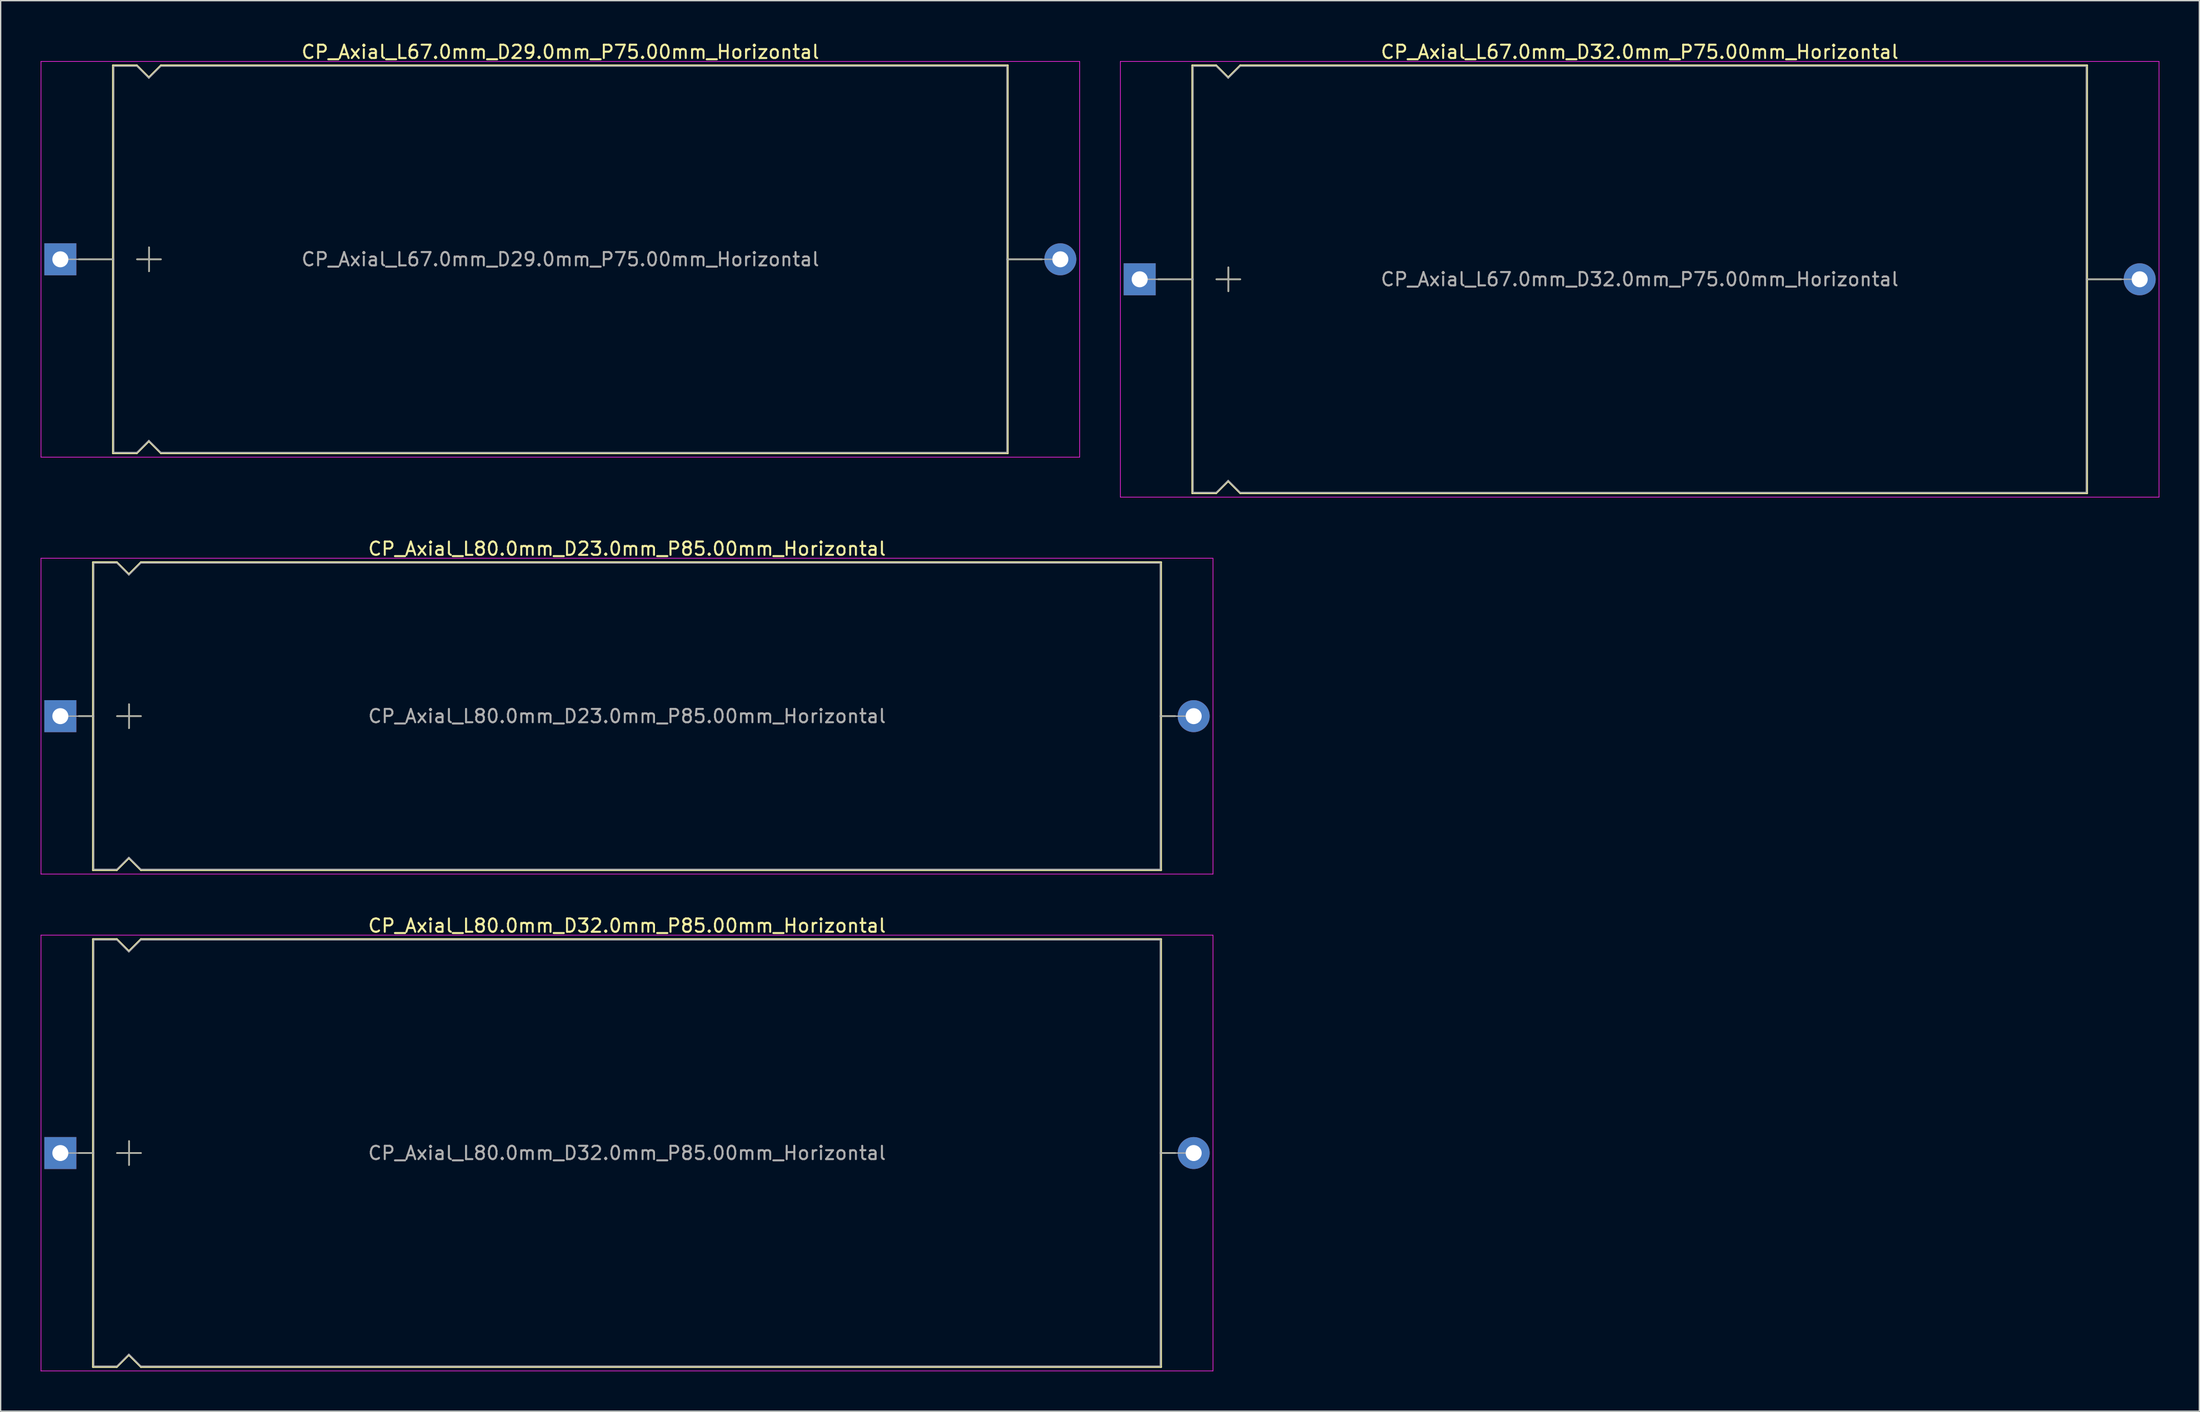
<source format=kicad_pcb>
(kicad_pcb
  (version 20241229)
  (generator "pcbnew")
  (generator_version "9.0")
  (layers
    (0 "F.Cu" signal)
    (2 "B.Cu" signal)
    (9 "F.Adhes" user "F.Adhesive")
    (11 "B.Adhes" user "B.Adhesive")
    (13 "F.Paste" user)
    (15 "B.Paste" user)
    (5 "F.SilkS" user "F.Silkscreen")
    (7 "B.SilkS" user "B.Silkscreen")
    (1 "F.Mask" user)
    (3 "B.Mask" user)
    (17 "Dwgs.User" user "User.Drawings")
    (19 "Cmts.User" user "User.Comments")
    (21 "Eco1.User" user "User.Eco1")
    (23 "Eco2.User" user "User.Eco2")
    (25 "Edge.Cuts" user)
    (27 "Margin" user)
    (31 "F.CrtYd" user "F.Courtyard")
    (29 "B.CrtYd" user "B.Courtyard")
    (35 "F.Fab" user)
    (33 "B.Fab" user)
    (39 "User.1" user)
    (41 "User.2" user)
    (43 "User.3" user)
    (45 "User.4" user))
  (footprint "CP_Axial_L67.0mm_D32.0mm_P75.00mm_Horizontal"
    (layer "F.Cu")
    (at 82.425 17.908)
    (property "Reference" "CP_Axial_L67.0mm_D32.0mm_P75.00mm_Horizontal" (at 37.5 -17.06 0) (layer "F.SilkS") (effects (font (size 1 1) (thickness 0.15))))
    (attr through_hole)
    (fp_line (start 1.38 0) (end 3.94 0) (stroke (width 0.12) (type solid)) (layer "F.SilkS"))
    (fp_line (start 3.94 -16.06) (end 3.94 16.06) (stroke (width 0.12) (type solid)) (layer "F.SilkS"))
    (fp_line (start 3.94 -16.06) (end 5.74 -16.06) (stroke (width 0.12) (type solid)) (layer "F.SilkS"))
    (fp_line (start 3.94 16.06) (end 5.74 16.06) (stroke (width 0.12) (type solid)) (layer "F.SilkS"))
    (fp_line (start 5.74 -16.06) (end 6.64 -15.16) (stroke (width 0.12) (type solid)) (layer "F.SilkS"))
    (fp_line (start 5.74 16.06) (end 6.64 15.16) (stroke (width 0.12) (type solid)) (layer "F.SilkS"))
    (fp_line (start 5.75 0) (end 7.55 0) (stroke (width 0.12) (type solid)) (layer "F.SilkS"))
    (fp_line (start 6.64 -15.16) (end 7.54 -16.06) (stroke (width 0.12) (type solid)) (layer "F.SilkS"))
    (fp_line (start 6.64 15.16) (end 7.54 16.06) (stroke (width 0.12) (type solid)) (layer "F.SilkS"))
    (fp_line (start 6.65 -0.9) (end 6.65 0.9) (stroke (width 0.12) (type solid)) (layer "F.SilkS"))
    (fp_line (start 7.54 -16.06) (end 71.06 -16.06) (stroke (width 0.12) (type solid)) (layer "F.SilkS"))
    (fp_line (start 7.54 16.06) (end 71.06 16.06) (stroke (width 0.12) (type solid)) (layer "F.SilkS"))
    (fp_line (start 71.06 -16.06) (end 71.06 16.06) (stroke (width 0.12) (type solid)) (layer "F.SilkS"))
    (fp_line (start 73.62 0) (end 71.06 0) (stroke (width 0.12) (type solid)) (layer "F.SilkS"))
    (fp_line (start -1.45 -16.35) (end -1.45 16.35) (stroke (width 0.05) (type solid)) (layer "F.CrtYd"))
    (fp_line (start -1.45 16.35) (end 76.45 16.35) (stroke (width 0.05) (type solid)) (layer "F.CrtYd"))
    (fp_line (start 76.45 -16.35) (end -1.45 -16.35) (stroke (width 0.05) (type solid)) (layer "F.CrtYd"))
    (fp_line (start 76.45 16.35) (end 76.45 -16.35) (stroke (width 0.05) (type solid)) (layer "F.CrtYd"))
    (fp_line (start 0 0) (end 4 0) (stroke (width 0.1) (type solid)) (layer "F.Fab"))
    (fp_line (start 4 -16) (end 4 16) (stroke (width 0.1) (type solid)) (layer "F.Fab"))
    (fp_line (start 4 -16) (end 5.74 -16) (stroke (width 0.1) (type solid)) (layer "F.Fab"))
    (fp_line (start 4 16) (end 5.74 16) (stroke (width 0.1) (type solid)) (layer "F.Fab"))
    (fp_line (start 5.74 -16) (end 6.64 -15.1) (stroke (width 0.1) (type solid)) (layer "F.Fab"))
    (fp_line (start 5.74 16) (end 6.64 15.1) (stroke (width 0.1) (type solid)) (layer "F.Fab"))
    (fp_line (start 5.75 0) (end 7.55 0) (stroke (width 0.1) (type solid)) (layer "F.Fab"))
    (fp_line (start 6.64 -15.1) (end 7.54 -16) (stroke (width 0.1) (type solid)) (layer "F.Fab"))
    (fp_line (start 6.64 15.1) (end 7.54 16) (stroke (width 0.1) (type solid)) (layer "F.Fab"))
    (fp_line (start 6.65 -0.9) (end 6.65 0.9) (stroke (width 0.1) (type solid)) (layer "F.Fab"))
    (fp_line (start 7.54 -16) (end 71 -16) (stroke (width 0.1) (type solid)) (layer "F.Fab"))
    (fp_line (start 7.54 16) (end 71 16) (stroke (width 0.1) (type solid)) (layer "F.Fab"))
    (fp_line (start 71 -16) (end 71 16) (stroke (width 0.1) (type solid)) (layer "F.Fab"))
    (fp_line (start 75 0) (end 71 0) (stroke (width 0.1) (type solid)) (layer "F.Fab"))
    (fp_text user "${REFERENCE}" (at 37.5 0 0) (layer "F.Fab") (effects (font (size 1 1) (thickness 0.15))))
    (pad "1" thru_hole rect (at 0 0) (size 2.4 2.4) (drill 1.2) (layers "*.Cu" "*.Mask"))
    (pad "2" thru_hole oval (at 75 0) (size 2.4 2.4) (drill 1.2) (layers "*.Cu" "*.Mask")))
  (footprint "CP_Axial_L80.0mm_D32.0mm_P85.00mm_Horizontal"
    (layer "F.Cu")
    (at 1.475 83.475)
    (property "Reference" "CP_Axial_L80.0mm_D32.0mm_P85.00mm_Horizontal" (at 42.5 -17.06 0) (layer "F.SilkS") (effects (font (size 1 1) (thickness 0.15))))
    (attr through_hole)
    (fp_line (start 1.38 0) (end 2.44 0) (stroke (width 0.12) (type solid)) (layer "F.SilkS"))
    (fp_line (start 2.44 -16.06) (end 2.44 16.06) (stroke (width 0.12) (type solid)) (layer "F.SilkS"))
    (fp_line (start 2.44 -16.06) (end 4.24 -16.06) (stroke (width 0.12) (type solid)) (layer "F.SilkS"))
    (fp_line (start 2.44 16.06) (end 4.24 16.06) (stroke (width 0.12) (type solid)) (layer "F.SilkS"))
    (fp_line (start 4.24 -16.06) (end 5.14 -15.16) (stroke (width 0.12) (type solid)) (layer "F.SilkS"))
    (fp_line (start 4.24 16.06) (end 5.14 15.16) (stroke (width 0.12) (type solid)) (layer "F.SilkS"))
    (fp_line (start 4.25 0) (end 6.05 0) (stroke (width 0.12) (type solid)) (layer "F.SilkS"))
    (fp_line (start 5.14 -15.16) (end 6.04 -16.06) (stroke (width 0.12) (type solid)) (layer "F.SilkS"))
    (fp_line (start 5.14 15.16) (end 6.04 16.06) (stroke (width 0.12) (type solid)) (layer "F.SilkS"))
    (fp_line (start 5.15 -0.9) (end 5.15 0.9) (stroke (width 0.12) (type solid)) (layer "F.SilkS"))
    (fp_line (start 6.04 -16.06) (end 82.56 -16.06) (stroke (width 0.12) (type solid)) (layer "F.SilkS"))
    (fp_line (start 6.04 16.06) (end 82.56 16.06) (stroke (width 0.12) (type solid)) (layer "F.SilkS"))
    (fp_line (start 82.56 -16.06) (end 82.56 16.06) (stroke (width 0.12) (type solid)) (layer "F.SilkS"))
    (fp_line (start 83.62 0) (end 82.56 0) (stroke (width 0.12) (type solid)) (layer "F.SilkS"))
    (fp_line (start -1.45 -16.35) (end -1.45 16.35) (stroke (width 0.05) (type solid)) (layer "F.CrtYd"))
    (fp_line (start -1.45 16.35) (end 86.45 16.35) (stroke (width 0.05) (type solid)) (layer "F.CrtYd"))
    (fp_line (start 86.45 -16.35) (end -1.45 -16.35) (stroke (width 0.05) (type solid)) (layer "F.CrtYd"))
    (fp_line (start 86.45 16.35) (end 86.45 -16.35) (stroke (width 0.05) (type solid)) (layer "F.CrtYd"))
    (fp_line (start 0 0) (end 2.5 0) (stroke (width 0.1) (type solid)) (layer "F.Fab"))
    (fp_line (start 2.5 -16) (end 2.5 16) (stroke (width 0.1) (type solid)) (layer "F.Fab"))
    (fp_line (start 2.5 -16) (end 4.24 -16) (stroke (width 0.1) (type solid)) (layer "F.Fab"))
    (fp_line (start 2.5 16) (end 4.24 16) (stroke (width 0.1) (type solid)) (layer "F.Fab"))
    (fp_line (start 4.24 -16) (end 5.14 -15.1) (stroke (width 0.1) (type solid)) (layer "F.Fab"))
    (fp_line (start 4.24 16) (end 5.14 15.1) (stroke (width 0.1) (type solid)) (layer "F.Fab"))
    (fp_line (start 4.25 0) (end 6.05 0) (stroke (width 0.1) (type solid)) (layer "F.Fab"))
    (fp_line (start 5.14 -15.1) (end 6.04 -16) (stroke (width 0.1) (type solid)) (layer "F.Fab"))
    (fp_line (start 5.14 15.1) (end 6.04 16) (stroke (width 0.1) (type solid)) (layer "F.Fab"))
    (fp_line (start 5.15 -0.9) (end 5.15 0.9) (stroke (width 0.1) (type solid)) (layer "F.Fab"))
    (fp_line (start 6.04 -16) (end 82.5 -16) (stroke (width 0.1) (type solid)) (layer "F.Fab"))
    (fp_line (start 6.04 16) (end 82.5 16) (stroke (width 0.1) (type solid)) (layer "F.Fab"))
    (fp_line (start 82.5 -16) (end 82.5 16) (stroke (width 0.1) (type solid)) (layer "F.Fab"))
    (fp_line (start 85 0) (end 82.5 0) (stroke (width 0.1) (type solid)) (layer "F.Fab"))
    (fp_text user "${REFERENCE}" (at 42.5 0 0) (layer "F.Fab") (effects (font (size 1 1) (thickness 0.15))))
    (pad "1" thru_hole rect (at 0 0) (size 2.4 2.4) (drill 1.2) (layers "*.Cu" "*.Mask"))
    (pad "2" thru_hole oval (at 85 0) (size 2.4 2.4) (drill 1.2) (layers "*.Cu" "*.Mask")))
  (footprint "CP_Axial_L80.0mm_D23.0mm_P85.00mm_Horizontal"
    (layer "F.Cu")
    (at 1.475 50.691)
    (property "Reference" "CP_Axial_L80.0mm_D23.0mm_P85.00mm_Horizontal" (at 42.5 -12.56 0) (layer "F.SilkS") (effects (font (size 1 1) (thickness 0.15))))
    (attr through_hole)
    (fp_line (start 1.38 0) (end 2.44 0) (stroke (width 0.12) (type solid)) (layer "F.SilkS"))
    (fp_line (start 2.44 -11.56) (end 2.44 11.56) (stroke (width 0.12) (type solid)) (layer "F.SilkS"))
    (fp_line (start 2.44 -11.56) (end 4.24 -11.56) (stroke (width 0.12) (type solid)) (layer "F.SilkS"))
    (fp_line (start 2.44 11.56) (end 4.24 11.56) (stroke (width 0.12) (type solid)) (layer "F.SilkS"))
    (fp_line (start 4.24 -11.56) (end 5.14 -10.66) (stroke (width 0.12) (type solid)) (layer "F.SilkS"))
    (fp_line (start 4.24 11.56) (end 5.14 10.66) (stroke (width 0.12) (type solid)) (layer "F.SilkS"))
    (fp_line (start 4.25 0) (end 6.05 0) (stroke (width 0.12) (type solid)) (layer "F.SilkS"))
    (fp_line (start 5.14 -10.66) (end 6.04 -11.56) (stroke (width 0.12) (type solid)) (layer "F.SilkS"))
    (fp_line (start 5.14 10.66) (end 6.04 11.56) (stroke (width 0.12) (type solid)) (layer "F.SilkS"))
    (fp_line (start 5.15 -0.9) (end 5.15 0.9) (stroke (width 0.12) (type solid)) (layer "F.SilkS"))
    (fp_line (start 6.04 -11.56) (end 82.56 -11.56) (stroke (width 0.12) (type solid)) (layer "F.SilkS"))
    (fp_line (start 6.04 11.56) (end 82.56 11.56) (stroke (width 0.12) (type solid)) (layer "F.SilkS"))
    (fp_line (start 82.56 -11.56) (end 82.56 11.56) (stroke (width 0.12) (type solid)) (layer "F.SilkS"))
    (fp_line (start 83.62 0) (end 82.56 0) (stroke (width 0.12) (type solid)) (layer "F.SilkS"))
    (fp_line (start -1.45 -11.85) (end -1.45 11.85) (stroke (width 0.05) (type solid)) (layer "F.CrtYd"))
    (fp_line (start -1.45 11.85) (end 86.45 11.85) (stroke (width 0.05) (type solid)) (layer "F.CrtYd"))
    (fp_line (start 86.45 -11.85) (end -1.45 -11.85) (stroke (width 0.05) (type solid)) (layer "F.CrtYd"))
    (fp_line (start 86.45 11.85) (end 86.45 -11.85) (stroke (width 0.05) (type solid)) (layer "F.CrtYd"))
    (fp_line (start 0 0) (end 2.5 0) (stroke (width 0.1) (type solid)) (layer "F.Fab"))
    (fp_line (start 2.5 -11.5) (end 2.5 11.5) (stroke (width 0.1) (type solid)) (layer "F.Fab"))
    (fp_line (start 2.5 -11.5) (end 4.24 -11.5) (stroke (width 0.1) (type solid)) (layer "F.Fab"))
    (fp_line (start 2.5 11.5) (end 4.24 11.5) (stroke (width 0.1) (type solid)) (layer "F.Fab"))
    (fp_line (start 4.24 -11.5) (end 5.14 -10.6) (stroke (width 0.1) (type solid)) (layer "F.Fab"))
    (fp_line (start 4.24 11.5) (end 5.14 10.6) (stroke (width 0.1) (type solid)) (layer "F.Fab"))
    (fp_line (start 4.25 0) (end 6.05 0) (stroke (width 0.1) (type solid)) (layer "F.Fab"))
    (fp_line (start 5.14 -10.6) (end 6.04 -11.5) (stroke (width 0.1) (type solid)) (layer "F.Fab"))
    (fp_line (start 5.14 10.6) (end 6.04 11.5) (stroke (width 0.1) (type solid)) (layer "F.Fab"))
    (fp_line (start 5.15 -0.9) (end 5.15 0.9) (stroke (width 0.1) (type solid)) (layer "F.Fab"))
    (fp_line (start 6.04 -11.5) (end 82.5 -11.5) (stroke (width 0.1) (type solid)) (layer "F.Fab"))
    (fp_line (start 6.04 11.5) (end 82.5 11.5) (stroke (width 0.1) (type solid)) (layer "F.Fab"))
    (fp_line (start 82.5 -11.5) (end 82.5 11.5) (stroke (width 0.1) (type solid)) (layer "F.Fab"))
    (fp_line (start 85 0) (end 82.5 0) (stroke (width 0.1) (type solid)) (layer "F.Fab"))
    (fp_text user "${REFERENCE}" (at 42.5 0 0) (layer "F.Fab") (effects (font (size 1 1) (thickness 0.15))))
    (pad "1" thru_hole rect (at 0 0) (size 2.4 2.4) (drill 1.2) (layers "*.Cu" "*.Mask"))
    (pad "2" thru_hole oval (at 85 0) (size 2.4 2.4) (drill 1.2) (layers "*.Cu" "*.Mask")))
  (footprint "CP_Axial_L67.0mm_D29.0mm_P75.00mm_Horizontal"
    (layer "F.Cu")
    (at 1.475 16.408)
    (property "Reference" "CP_Axial_L67.0mm_D29.0mm_P75.00mm_Horizontal" (at 37.5 -15.56 0) (layer "F.SilkS") (effects (font (size 1 1) (thickness 0.15))))
    (attr through_hole)
    (fp_line (start 1.38 0) (end 3.94 0) (stroke (width 0.12) (type solid)) (layer "F.SilkS"))
    (fp_line (start 3.94 -14.56) (end 3.94 14.56) (stroke (width 0.12) (type solid)) (layer "F.SilkS"))
    (fp_line (start 3.94 -14.56) (end 5.74 -14.56) (stroke (width 0.12) (type solid)) (layer "F.SilkS"))
    (fp_line (start 3.94 14.56) (end 5.74 14.56) (stroke (width 0.12) (type solid)) (layer "F.SilkS"))
    (fp_line (start 5.74 -14.56) (end 6.64 -13.66) (stroke (width 0.12) (type solid)) (layer "F.SilkS"))
    (fp_line (start 5.74 14.56) (end 6.64 13.66) (stroke (width 0.12) (type solid)) (layer "F.SilkS"))
    (fp_line (start 5.75 0) (end 7.55 0) (stroke (width 0.12) (type solid)) (layer "F.SilkS"))
    (fp_line (start 6.64 -13.66) (end 7.54 -14.56) (stroke (width 0.12) (type solid)) (layer "F.SilkS"))
    (fp_line (start 6.64 13.66) (end 7.54 14.56) (stroke (width 0.12) (type solid)) (layer "F.SilkS"))
    (fp_line (start 6.65 -0.9) (end 6.65 0.9) (stroke (width 0.12) (type solid)) (layer "F.SilkS"))
    (fp_line (start 7.54 -14.56) (end 71.06 -14.56) (stroke (width 0.12) (type solid)) (layer "F.SilkS"))
    (fp_line (start 7.54 14.56) (end 71.06 14.56) (stroke (width 0.12) (type solid)) (layer "F.SilkS"))
    (fp_line (start 71.06 -14.56) (end 71.06 14.56) (stroke (width 0.12) (type solid)) (layer "F.SilkS"))
    (fp_line (start 73.62 0) (end 71.06 0) (stroke (width 0.12) (type solid)) (layer "F.SilkS"))
    (fp_line (start -1.45 -14.85) (end -1.45 14.85) (stroke (width 0.05) (type solid)) (layer "F.CrtYd"))
    (fp_line (start -1.45 14.85) (end 76.45 14.85) (stroke (width 0.05) (type solid)) (layer "F.CrtYd"))
    (fp_line (start 76.45 -14.85) (end -1.45 -14.85) (stroke (width 0.05) (type solid)) (layer "F.CrtYd"))
    (fp_line (start 76.45 14.85) (end 76.45 -14.85) (stroke (width 0.05) (type solid)) (layer "F.CrtYd"))
    (fp_line (start 0 0) (end 4 0) (stroke (width 0.1) (type solid)) (layer "F.Fab"))
    (fp_line (start 4 -14.5) (end 4 14.5) (stroke (width 0.1) (type solid)) (layer "F.Fab"))
    (fp_line (start 4 -14.5) (end 5.74 -14.5) (stroke (width 0.1) (type solid)) (layer "F.Fab"))
    (fp_line (start 4 14.5) (end 5.74 14.5) (stroke (width 0.1) (type solid)) (layer "F.Fab"))
    (fp_line (start 5.74 -14.5) (end 6.64 -13.6) (stroke (width 0.1) (type solid)) (layer "F.Fab"))
    (fp_line (start 5.74 14.5) (end 6.64 13.6) (stroke (width 0.1) (type solid)) (layer "F.Fab"))
    (fp_line (start 5.75 0) (end 7.55 0) (stroke (width 0.1) (type solid)) (layer "F.Fab"))
    (fp_line (start 6.64 -13.6) (end 7.54 -14.5) (stroke (width 0.1) (type solid)) (layer "F.Fab"))
    (fp_line (start 6.64 13.6) (end 7.54 14.5) (stroke (width 0.1) (type solid)) (layer "F.Fab"))
    (fp_line (start 6.65 -0.9) (end 6.65 0.9) (stroke (width 0.1) (type solid)) (layer "F.Fab"))
    (fp_line (start 7.54 -14.5) (end 71 -14.5) (stroke (width 0.1) (type solid)) (layer "F.Fab"))
    (fp_line (start 7.54 14.5) (end 71 14.5) (stroke (width 0.1) (type solid)) (layer "F.Fab"))
    (fp_line (start 71 -14.5) (end 71 14.5) (stroke (width 0.1) (type solid)) (layer "F.Fab"))
    (fp_line (start 75 0) (end 71 0) (stroke (width 0.1) (type solid)) (layer "F.Fab"))
    (fp_text user "${REFERENCE}" (at 37.5 0 0) (layer "F.Fab") (effects (font (size 1 1) (thickness 0.15))))
    (pad "1" thru_hole rect (at 0 0) (size 2.4 2.4) (drill 1.2) (layers "*.Cu" "*.Mask"))
    (pad "2" thru_hole oval (at 75 0) (size 2.4 2.4) (drill 1.2) (layers "*.Cu" "*.Mask")))
  (gr_rect
    (start -3 -3)
    (end 161.9 102.85)
    (stroke (width 0.1) (type default))
    (fill no)
    (layer "Edge.Cuts")))
</source>
